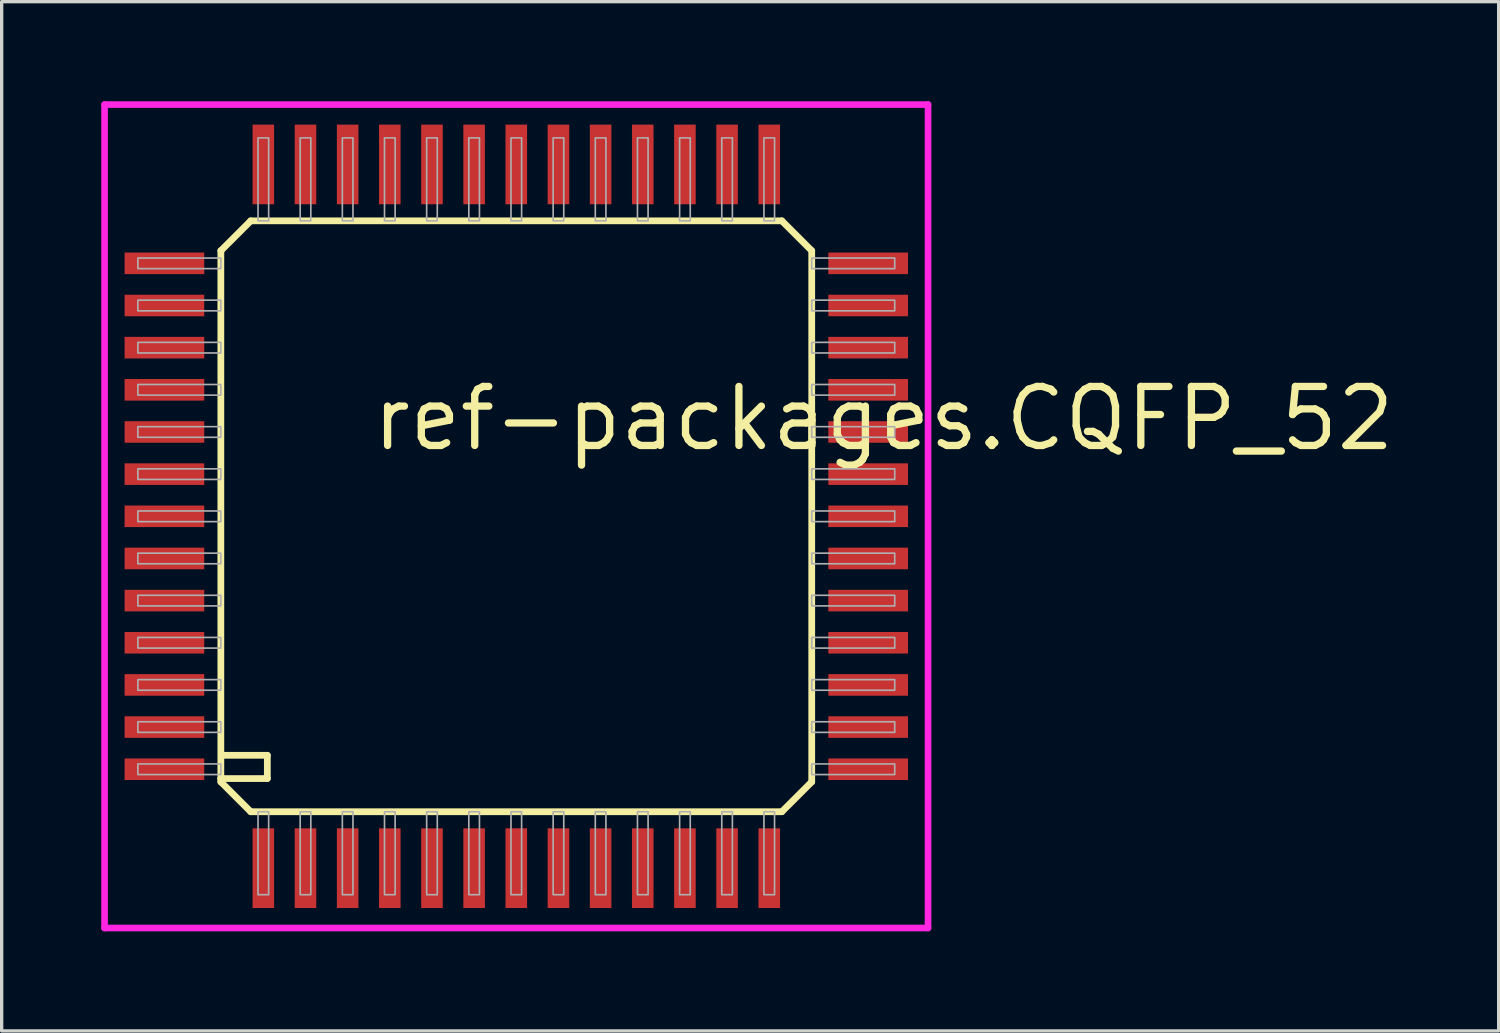
<source format=kicad_pcb>
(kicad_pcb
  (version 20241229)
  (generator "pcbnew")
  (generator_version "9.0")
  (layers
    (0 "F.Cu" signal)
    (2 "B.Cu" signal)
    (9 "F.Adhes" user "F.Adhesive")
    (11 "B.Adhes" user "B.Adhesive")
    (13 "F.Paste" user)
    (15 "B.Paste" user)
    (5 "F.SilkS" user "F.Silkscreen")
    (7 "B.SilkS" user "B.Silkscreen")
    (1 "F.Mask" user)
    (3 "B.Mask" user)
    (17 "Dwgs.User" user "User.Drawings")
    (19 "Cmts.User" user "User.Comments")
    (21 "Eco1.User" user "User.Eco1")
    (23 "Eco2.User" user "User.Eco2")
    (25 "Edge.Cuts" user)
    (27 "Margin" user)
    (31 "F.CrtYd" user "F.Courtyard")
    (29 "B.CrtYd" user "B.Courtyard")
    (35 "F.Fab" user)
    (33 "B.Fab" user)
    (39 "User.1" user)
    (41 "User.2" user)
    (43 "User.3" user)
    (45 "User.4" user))
  (footprint "ref-packages.CQFP_52"
    (layer "F.Cu")
    (at 12.503 12.503)
    (property "Reference" "ref-packages.CQFP_52" (at -4.445 -1.905 0) (layer "F.SilkS") (effects (font (size 1.778 1.778) (thickness 0.22)) (justify left bottom)))
    (attr smd)
    (fp_line (start -8.9 -8) (end -8.9 7.9) (stroke (width 0.203) (type default)) (layer "F.SilkS"))
    (fp_line (start -8.9 -8) (end -8 -8.9) (stroke (width 0.203) (type default)) (layer "F.SilkS"))
    (fp_line (start -8.9 7.9) (end -8.9 8) (stroke (width 0.203) (type default)) (layer "F.SilkS"))
    (fp_line (start -8.9 7.9) (end -7.5 7.9) (stroke (width 0.203) (type default)) (layer "F.SilkS"))
    (fp_line (start -8.9 8) (end -8 8.9) (stroke (width 0.203) (type default)) (layer "F.SilkS"))
    (fp_line (start -8 8.9) (end 8 8.9) (stroke (width 0.203) (type default)) (layer "F.SilkS"))
    (fp_line (start -7.5 7.2) (end -8.8 7.2) (stroke (width 0.203) (type default)) (layer "F.SilkS"))
    (fp_line (start -7.5 7.9) (end -7.5 7.2) (stroke (width 0.203) (type default)) (layer "F.SilkS"))
    (fp_line (start 8 -8.9) (end -8 -8.9) (stroke (width 0.203) (type default)) (layer "F.SilkS"))
    (fp_line (start 8 -8.9) (end 8.9 -8) (stroke (width 0.203) (type default)) (layer "F.SilkS"))
    (fp_line (start 8 8.9) (end 8.9 8) (stroke (width 0.203) (type default)) (layer "F.SilkS"))
    (fp_line (start 8.9 8) (end 8.9 -8) (stroke (width 0.203) (type default)) (layer "F.SilkS"))
    (fp_line (start -12.403 -12.403) (end 12.403 -12.403) (stroke (width 0.2) (type default)) (layer "F.CrtYd"))
    (fp_line (start -12.403 12.403) (end -12.403 -12.403) (stroke (width 0.2) (type default)) (layer "F.CrtYd"))
    (fp_line (start 12.403 -12.403) (end 12.403 12.403) (stroke (width 0.2) (type default)) (layer "F.CrtYd"))
    (fp_line (start 12.403 12.403) (end -12.403 12.403) (stroke (width 0.2) (type default)) (layer "F.CrtYd"))
    (fp_rect (start -11.4 -7.46) (end -8.9 -7.78) (stroke (width 0.05) (type default)) (fill no) (layer "F.Fab"))
    (fp_rect (start -11.4 -6.19) (end -8.9 -6.51) (stroke (width 0.05) (type default)) (fill no) (layer "F.Fab"))
    (fp_rect (start -11.4 -4.92) (end -8.9 -5.24) (stroke (width 0.05) (type default)) (fill no) (layer "F.Fab"))
    (fp_rect (start -11.4 -3.65) (end -8.9 -3.97) (stroke (width 0.05) (type default)) (fill no) (layer "F.Fab"))
    (fp_rect (start -11.4 -2.38) (end -8.9 -2.7) (stroke (width 0.05) (type default)) (fill no) (layer "F.Fab"))
    (fp_rect (start -11.4 -1.11) (end -8.9 -1.43) (stroke (width 0.05) (type default)) (fill no) (layer "F.Fab"))
    (fp_rect (start -11.4 0.16) (end -8.9 -0.16) (stroke (width 0.05) (type default)) (fill no) (layer "F.Fab"))
    (fp_rect (start -11.4 1.43) (end -8.9 1.11) (stroke (width 0.05) (type default)) (fill no) (layer "F.Fab"))
    (fp_rect (start -11.4 2.7) (end -8.9 2.38) (stroke (width 0.05) (type default)) (fill no) (layer "F.Fab"))
    (fp_rect (start -11.4 3.97) (end -8.9 3.65) (stroke (width 0.05) (type default)) (fill no) (layer "F.Fab"))
    (fp_rect (start -11.4 5.24) (end -8.9 4.92) (stroke (width 0.05) (type default)) (fill no) (layer "F.Fab"))
    (fp_rect (start -11.4 6.51) (end -8.9 6.19) (stroke (width 0.05) (type default)) (fill no) (layer "F.Fab"))
    (fp_rect (start -11.4 7.78) (end -8.9 7.46) (stroke (width 0.05) (type default)) (fill no) (layer "F.Fab"))
    (fp_rect (start -7.78 -8.9) (end -7.46 -11.4) (stroke (width 0.05) (type default)) (fill no) (layer "F.Fab"))
    (fp_rect (start -7.78 11.4) (end -7.46 8.9) (stroke (width 0.05) (type default)) (fill no) (layer "F.Fab"))
    (fp_rect (start -6.51 -8.9) (end -6.19 -11.4) (stroke (width 0.05) (type default)) (fill no) (layer "F.Fab"))
    (fp_rect (start -6.51 11.4) (end -6.19 8.9) (stroke (width 0.05) (type default)) (fill no) (layer "F.Fab"))
    (fp_rect (start -5.24 -8.9) (end -4.92 -11.4) (stroke (width 0.05) (type default)) (fill no) (layer "F.Fab"))
    (fp_rect (start -5.24 11.4) (end -4.92 8.9) (stroke (width 0.05) (type default)) (fill no) (layer "F.Fab"))
    (fp_rect (start -3.97 -8.9) (end -3.65 -11.4) (stroke (width 0.05) (type default)) (fill no) (layer "F.Fab"))
    (fp_rect (start -3.97 11.4) (end -3.65 8.9) (stroke (width 0.05) (type default)) (fill no) (layer "F.Fab"))
    (fp_rect (start -2.7 -8.9) (end -2.38 -11.4) (stroke (width 0.05) (type default)) (fill no) (layer "F.Fab"))
    (fp_rect (start -2.7 11.4) (end -2.38 8.9) (stroke (width 0.05) (type default)) (fill no) (layer "F.Fab"))
    (fp_rect (start -1.43 -8.9) (end -1.11 -11.4) (stroke (width 0.05) (type default)) (fill no) (layer "F.Fab"))
    (fp_rect (start -1.43 11.4) (end -1.11 8.9) (stroke (width 0.05) (type default)) (fill no) (layer "F.Fab"))
    (fp_rect (start -0.16 -8.9) (end 0.16 -11.4) (stroke (width 0.05) (type default)) (fill no) (layer "F.Fab"))
    (fp_rect (start -0.16 11.4) (end 0.16 8.9) (stroke (width 0.05) (type default)) (fill no) (layer "F.Fab"))
    (fp_rect (start 1.11 -8.9) (end 1.43 -11.4) (stroke (width 0.05) (type default)) (fill no) (layer "F.Fab"))
    (fp_rect (start 1.11 11.4) (end 1.43 8.9) (stroke (width 0.05) (type default)) (fill no) (layer "F.Fab"))
    (fp_rect (start 2.38 -8.9) (end 2.7 -11.4) (stroke (width 0.05) (type default)) (fill no) (layer "F.Fab"))
    (fp_rect (start 2.38 11.4) (end 2.7 8.9) (stroke (width 0.05) (type default)) (fill no) (layer "F.Fab"))
    (fp_rect (start 3.65 -8.9) (end 3.97 -11.4) (stroke (width 0.05) (type default)) (fill no) (layer "F.Fab"))
    (fp_rect (start 3.65 11.4) (end 3.97 8.9) (stroke (width 0.05) (type default)) (fill no) (layer "F.Fab"))
    (fp_rect (start 4.92 -8.9) (end 5.24 -11.4) (stroke (width 0.05) (type default)) (fill no) (layer "F.Fab"))
    (fp_rect (start 4.92 11.4) (end 5.24 8.9) (stroke (width 0.05) (type default)) (fill no) (layer "F.Fab"))
    (fp_rect (start 6.19 -8.9) (end 6.51 -11.4) (stroke (width 0.05) (type default)) (fill no) (layer "F.Fab"))
    (fp_rect (start 6.19 11.4) (end 6.51 8.9) (stroke (width 0.05) (type default)) (fill no) (layer "F.Fab"))
    (fp_rect (start 7.46 -8.9) (end 7.78 -11.4) (stroke (width 0.05) (type default)) (fill no) (layer "F.Fab"))
    (fp_rect (start 7.46 11.4) (end 7.78 8.9) (stroke (width 0.05) (type default)) (fill no) (layer "F.Fab"))
    (fp_rect (start 8.9 -7.46) (end 11.4 -7.78) (stroke (width 0.05) (type default)) (fill no) (layer "F.Fab"))
    (fp_rect (start 8.9 -6.19) (end 11.4 -6.51) (stroke (width 0.05) (type default)) (fill no) (layer "F.Fab"))
    (fp_rect (start 8.9 -4.92) (end 11.4 -5.24) (stroke (width 0.05) (type default)) (fill no) (layer "F.Fab"))
    (fp_rect (start 8.9 -3.65) (end 11.4 -3.97) (stroke (width 0.05) (type default)) (fill no) (layer "F.Fab"))
    (fp_rect (start 8.9 -2.38) (end 11.4 -2.7) (stroke (width 0.05) (type default)) (fill no) (layer "F.Fab"))
    (fp_rect (start 8.9 -1.11) (end 11.4 -1.43) (stroke (width 0.05) (type default)) (fill no) (layer "F.Fab"))
    (fp_rect (start 8.9 0.16) (end 11.4 -0.16) (stroke (width 0.05) (type default)) (fill no) (layer "F.Fab"))
    (fp_rect (start 8.9 1.43) (end 11.4 1.11) (stroke (width 0.05) (type default)) (fill no) (layer "F.Fab"))
    (fp_rect (start 8.9 2.7) (end 11.4 2.38) (stroke (width 0.05) (type default)) (fill no) (layer "F.Fab"))
    (fp_rect (start 8.9 3.97) (end 11.4 3.65) (stroke (width 0.05) (type default)) (fill no) (layer "F.Fab"))
    (fp_rect (start 8.9 5.24) (end 11.4 4.92) (stroke (width 0.05) (type default)) (fill no) (layer "F.Fab"))
    (fp_rect (start 8.9 6.51) (end 11.4 6.19) (stroke (width 0.05) (type default)) (fill no) (layer "F.Fab"))
    (fp_rect (start 8.9 7.78) (end 11.4 7.46) (stroke (width 0.05) (type default)) (fill no) (layer "F.Fab"))
    (pad "1" smd roundrect (at -7.62 10.6) (size 0.65 2.4) (layers "F.Cu" "F.Mask" "F.Paste") (roundrect_rratio 0.01))
    (pad "2" smd roundrect (at -6.35 10.6) (size 0.65 2.4) (layers "F.Cu" "F.Mask" "F.Paste") (roundrect_rratio 0.01))
    (pad "3" smd roundrect (at -5.08 10.6) (size 0.65 2.4) (layers "F.Cu" "F.Mask" "F.Paste") (roundrect_rratio 0.01))
    (pad "4" smd roundrect (at -3.81 10.6) (size 0.65 2.4) (layers "F.Cu" "F.Mask" "F.Paste") (roundrect_rratio 0.01))
    (pad "5" smd roundrect (at -2.54 10.6) (size 0.65 2.4) (layers "F.Cu" "F.Mask" "F.Paste") (roundrect_rratio 0.01))
    (pad "6" smd roundrect (at -1.27 10.6) (size 0.65 2.4) (layers "F.Cu" "F.Mask" "F.Paste") (roundrect_rratio 0.01))
    (pad "7" smd roundrect (at 0 10.6) (size 0.65 2.4) (layers "F.Cu" "F.Mask" "F.Paste") (roundrect_rratio 0.01))
    (pad "8" smd roundrect (at 1.27 10.6) (size 0.65 2.4) (layers "F.Cu" "F.Mask" "F.Paste") (roundrect_rratio 0.01))
    (pad "9" smd roundrect (at 2.54 10.6) (size 0.65 2.4) (layers "F.Cu" "F.Mask" "F.Paste") (roundrect_rratio 0.01))
    (pad "10" smd roundrect (at 3.81 10.6) (size 0.65 2.4) (layers "F.Cu" "F.Mask" "F.Paste") (roundrect_rratio 0.01))
    (pad "11" smd roundrect (at 5.08 10.6) (size 0.65 2.4) (layers "F.Cu" "F.Mask" "F.Paste") (roundrect_rratio 0.01))
    (pad "12" smd roundrect (at 6.35 10.6) (size 0.65 2.4) (layers "F.Cu" "F.Mask" "F.Paste") (roundrect_rratio 0.01))
    (pad "13" smd roundrect (at 7.62 10.6) (size 0.65 2.4) (layers "F.Cu" "F.Mask" "F.Paste") (roundrect_rratio 0.01))
    (pad "14" smd roundrect (at 10.6 7.62) (size 2.4 0.65) (layers "F.Cu" "F.Mask" "F.Paste") (roundrect_rratio 0.01))
    (pad "15" smd roundrect (at 10.6 6.35) (size 2.4 0.65) (layers "F.Cu" "F.Mask" "F.Paste") (roundrect_rratio 0.01))
    (pad "16" smd roundrect (at 10.6 5.08) (size 2.4 0.65) (layers "F.Cu" "F.Mask" "F.Paste") (roundrect_rratio 0.01))
    (pad "17" smd roundrect (at 10.6 3.81) (size 2.4 0.65) (layers "F.Cu" "F.Mask" "F.Paste") (roundrect_rratio 0.01))
    (pad "18" smd roundrect (at 10.6 2.54) (size 2.4 0.65) (layers "F.Cu" "F.Mask" "F.Paste") (roundrect_rratio 0.01))
    (pad "19" smd roundrect (at 10.6 1.27) (size 2.4 0.65) (layers "F.Cu" "F.Mask" "F.Paste") (roundrect_rratio 0.01))
    (pad "20" smd roundrect (at 10.6 0) (size 2.4 0.65) (layers "F.Cu" "F.Mask" "F.Paste") (roundrect_rratio 0.01))
    (pad "21" smd roundrect (at 10.6 -1.27) (size 2.4 0.65) (layers "F.Cu" "F.Mask" "F.Paste") (roundrect_rratio 0.01))
    (pad "22" smd roundrect (at 10.6 -2.54) (size 2.4 0.65) (layers "F.Cu" "F.Mask" "F.Paste") (roundrect_rratio 0.01))
    (pad "23" smd roundrect (at 10.6 -3.81) (size 2.4 0.65) (layers "F.Cu" "F.Mask" "F.Paste") (roundrect_rratio 0.01))
    (pad "24" smd roundrect (at 10.6 -5.08) (size 2.4 0.65) (layers "F.Cu" "F.Mask" "F.Paste") (roundrect_rratio 0.01))
    (pad "25" smd roundrect (at 10.6 -6.35) (size 2.4 0.65) (layers "F.Cu" "F.Mask" "F.Paste") (roundrect_rratio 0.01))
    (pad "26" smd roundrect (at 10.6 -7.62) (size 2.4 0.65) (layers "F.Cu" "F.Mask" "F.Paste") (roundrect_rratio 0.01))
    (pad "27" smd roundrect (at 7.62 -10.6) (size 0.65 2.4) (layers "F.Cu" "F.Mask" "F.Paste") (roundrect_rratio 0.01))
    (pad "28" smd roundrect (at 6.35 -10.6) (size 0.65 2.4) (layers "F.Cu" "F.Mask" "F.Paste") (roundrect_rratio 0.01))
    (pad "29" smd roundrect (at 5.08 -10.6) (size 0.65 2.4) (layers "F.Cu" "F.Mask" "F.Paste") (roundrect_rratio 0.01))
    (pad "30" smd roundrect (at 3.81 -10.6) (size 0.65 2.4) (layers "F.Cu" "F.Mask" "F.Paste") (roundrect_rratio 0.01))
    (pad "31" smd roundrect (at 2.54 -10.6) (size 0.65 2.4) (layers "F.Cu" "F.Mask" "F.Paste") (roundrect_rratio 0.01))
    (pad "32" smd roundrect (at 1.27 -10.6) (size 0.65 2.4) (layers "F.Cu" "F.Mask" "F.Paste") (roundrect_rratio 0.01))
    (pad "33" smd roundrect (at 0 -10.6) (size 0.65 2.4) (layers "F.Cu" "F.Mask" "F.Paste") (roundrect_rratio 0.01))
    (pad "34" smd roundrect (at -1.27 -10.6) (size 0.65 2.4) (layers "F.Cu" "F.Mask" "F.Paste") (roundrect_rratio 0.01))
    (pad "35" smd roundrect (at -2.54 -10.6) (size 0.65 2.4) (layers "F.Cu" "F.Mask" "F.Paste") (roundrect_rratio 0.01))
    (pad "36" smd roundrect (at -3.81 -10.6) (size 0.65 2.4) (layers "F.Cu" "F.Mask" "F.Paste") (roundrect_rratio 0.01))
    (pad "37" smd roundrect (at -5.08 -10.6) (size 0.65 2.4) (layers "F.Cu" "F.Mask" "F.Paste") (roundrect_rratio 0.01))
    (pad "38" smd roundrect (at -6.35 -10.6) (size 0.65 2.4) (layers "F.Cu" "F.Mask" "F.Paste") (roundrect_rratio 0.01))
    (pad "39" smd roundrect (at -7.62 -10.6) (size 0.65 2.4) (layers "F.Cu" "F.Mask" "F.Paste") (roundrect_rratio 0.01))
    (pad "40" smd roundrect (at -10.6 -7.62) (size 2.4 0.65) (layers "F.Cu" "F.Mask" "F.Paste") (roundrect_rratio 0.01))
    (pad "41" smd roundrect (at -10.6 -6.35) (size 2.4 0.65) (layers "F.Cu" "F.Mask" "F.Paste") (roundrect_rratio 0.01))
    (pad "42" smd roundrect (at -10.6 -5.08) (size 2.4 0.65) (layers "F.Cu" "F.Mask" "F.Paste") (roundrect_rratio 0.01))
    (pad "43" smd roundrect (at -10.6 -3.81) (size 2.4 0.65) (layers "F.Cu" "F.Mask" "F.Paste") (roundrect_rratio 0.01))
    (pad "44" smd roundrect (at -10.6 -2.54) (size 2.4 0.65) (layers "F.Cu" "F.Mask" "F.Paste") (roundrect_rratio 0.01))
    (pad "45" smd roundrect (at -10.6 -1.27) (size 2.4 0.65) (layers "F.Cu" "F.Mask" "F.Paste") (roundrect_rratio 0.01))
    (pad "46" smd roundrect (at -10.6 0) (size 2.4 0.65) (layers "F.Cu" "F.Mask" "F.Paste") (roundrect_rratio 0.01))
    (pad "47" smd roundrect (at -10.6 1.27) (size 2.4 0.65) (layers "F.Cu" "F.Mask" "F.Paste") (roundrect_rratio 0.01))
    (pad "48" smd roundrect (at -10.6 2.54) (size 2.4 0.65) (layers "F.Cu" "F.Mask" "F.Paste") (roundrect_rratio 0.01))
    (pad "49" smd roundrect (at -10.6 3.81) (size 2.4 0.65) (layers "F.Cu" "F.Mask" "F.Paste") (roundrect_rratio 0.01))
    (pad "50" smd roundrect (at -10.6 5.08) (size 2.4 0.65) (layers "F.Cu" "F.Mask" "F.Paste") (roundrect_rratio 0.01))
    (pad "51" smd roundrect (at -10.6 6.35) (size 2.4 0.65) (layers "F.Cu" "F.Mask" "F.Paste") (roundrect_rratio 0.01))
    (pad "52" smd roundrect (at -10.6 7.62) (size 2.4 0.65) (layers "F.Cu" "F.Mask" "F.Paste") (roundrect_rratio 0.01)))
  (gr_rect
    (start -3 -3)
    (end 42.096 28.006)
    (stroke (width 0.1) (type default))
    (fill no)
    (layer "Edge.Cuts")))
</source>
